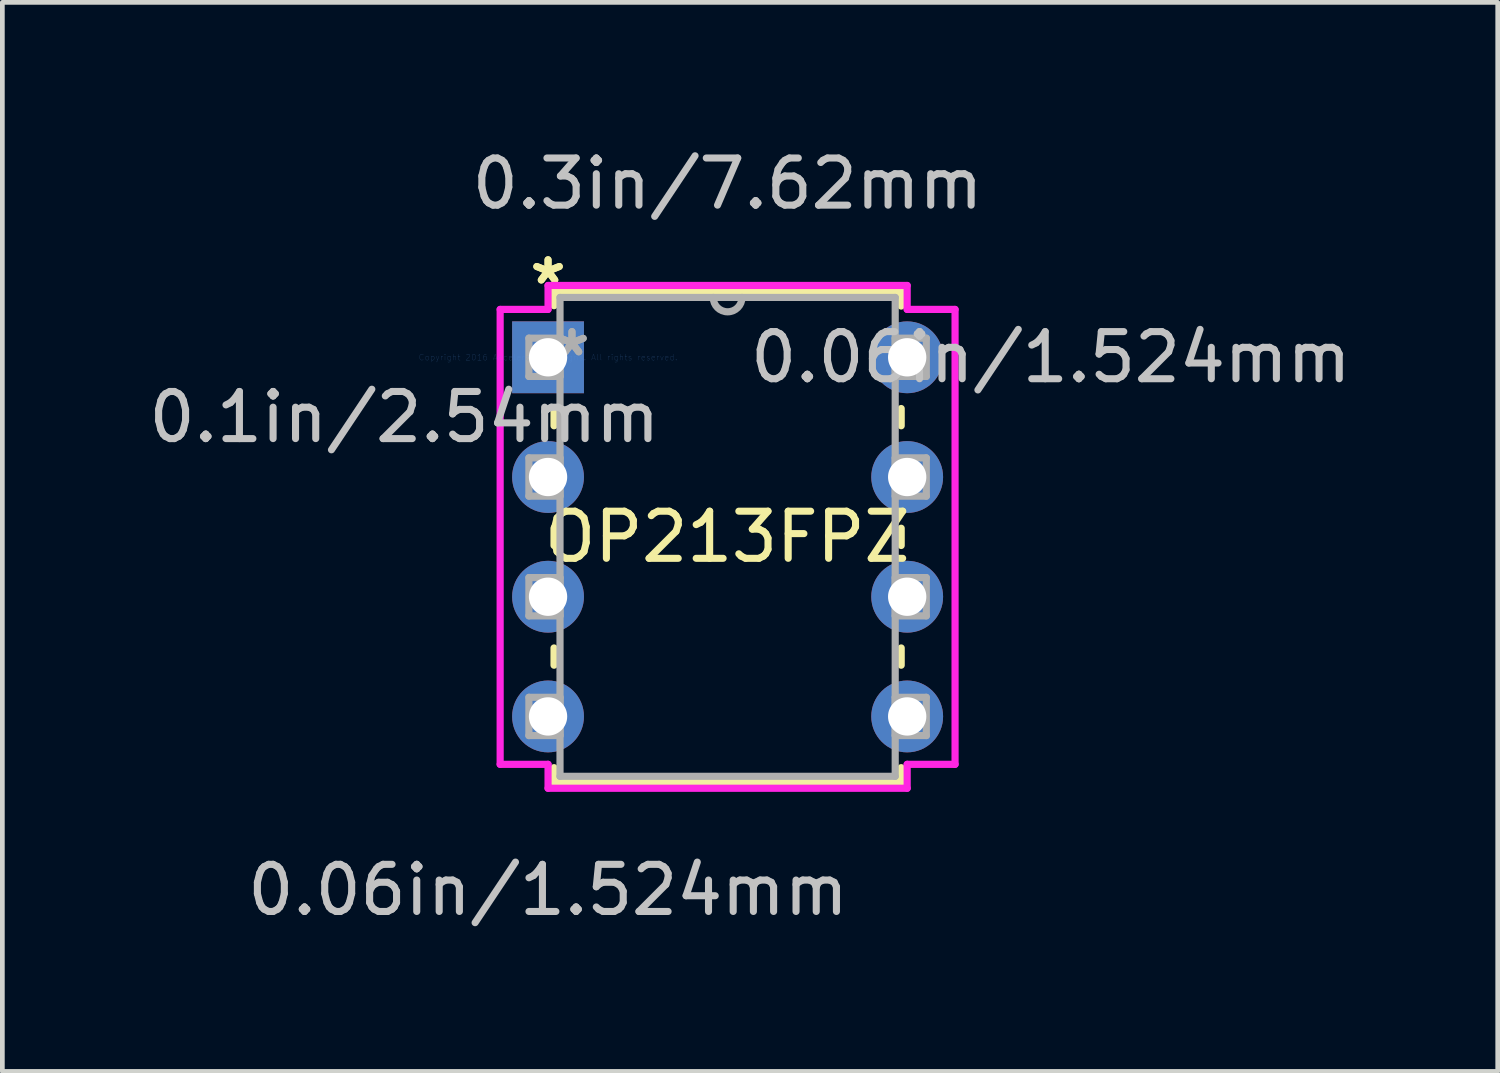
<source format=kicad_pcb>
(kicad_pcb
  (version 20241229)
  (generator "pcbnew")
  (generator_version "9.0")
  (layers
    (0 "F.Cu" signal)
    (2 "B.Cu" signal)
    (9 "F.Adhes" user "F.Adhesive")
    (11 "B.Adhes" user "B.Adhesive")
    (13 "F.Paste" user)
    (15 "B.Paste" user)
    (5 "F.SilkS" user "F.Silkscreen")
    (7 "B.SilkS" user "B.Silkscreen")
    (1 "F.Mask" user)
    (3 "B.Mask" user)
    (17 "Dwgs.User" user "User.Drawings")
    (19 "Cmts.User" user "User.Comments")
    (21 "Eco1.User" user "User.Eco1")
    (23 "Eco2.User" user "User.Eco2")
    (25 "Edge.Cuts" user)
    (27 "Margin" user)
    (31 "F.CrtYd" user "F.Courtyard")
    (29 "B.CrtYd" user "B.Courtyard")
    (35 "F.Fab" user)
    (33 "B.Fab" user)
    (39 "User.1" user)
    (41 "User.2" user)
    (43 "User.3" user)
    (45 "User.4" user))
  (footprint "OP213FPZ"
    (layer "F.Cu")
    (at 8.578 4.531)
    (property "Reference" "OP213FPZ" (at 3.81 3.81 0) (layer "F.SilkS") (effects (font (size 1 1) (thickness 0.15))))
    (attr through_hole)
    (fp_line (start 0.127 -1.397) (end 0.127 -1.095) (stroke (width 0.152) (type solid)) (layer "F.SilkS"))
    (fp_line (start 0.127 1.095) (end 0.127 1.453) (stroke (width 0.152) (type solid)) (layer "F.SilkS"))
    (fp_line (start 0.127 3.627) (end 0.127 3.993) (stroke (width 0.152) (type solid)) (layer "F.SilkS"))
    (fp_line (start 0.127 6.167) (end 0.127 6.533) (stroke (width 0.152) (type solid)) (layer "F.SilkS"))
    (fp_line (start 0.127 8.707) (end 0.127 9.017) (stroke (width 0.152) (type solid)) (layer "F.SilkS"))
    (fp_line (start 0.127 9.017) (end 7.493 9.017) (stroke (width 0.152) (type solid)) (layer "F.SilkS"))
    (fp_line (start 7.493 -1.397) (end 0.127 -1.397) (stroke (width 0.152) (type solid)) (layer "F.SilkS"))
    (fp_line (start 7.493 -1.087) (end 7.493 -1.397) (stroke (width 0.152) (type solid)) (layer "F.SilkS"))
    (fp_line (start 7.493 1.453) (end 7.493 1.087) (stroke (width 0.152) (type solid)) (layer "F.SilkS"))
    (fp_line (start 7.493 3.993) (end 7.493 3.627) (stroke (width 0.152) (type solid)) (layer "F.SilkS"))
    (fp_line (start 7.493 6.533) (end 7.493 6.167) (stroke (width 0.152) (type solid)) (layer "F.SilkS"))
    (fp_line (start 7.493 9.017) (end 7.493 8.707) (stroke (width 0.152) (type solid)) (layer "F.SilkS"))
    (fp_line (start -1.016 -1.016) (end -1.016 8.636) (stroke (width 0.152) (type solid)) (layer "F.CrtYd"))
    (fp_line (start -1.016 8.636) (end 0 8.636) (stroke (width 0.152) (type solid)) (layer "F.CrtYd"))
    (fp_line (start 0 -1.524) (end 0 -1.016) (stroke (width 0.152) (type solid)) (layer "F.CrtYd"))
    (fp_line (start 0 -1.016) (end -1.016 -1.016) (stroke (width 0.152) (type solid)) (layer "F.CrtYd"))
    (fp_line (start 0 8.636) (end 0 9.144) (stroke (width 0.152) (type solid)) (layer "F.CrtYd"))
    (fp_line (start 0 9.144) (end 7.62 9.144) (stroke (width 0.152) (type solid)) (layer "F.CrtYd"))
    (fp_line (start 7.62 -1.524) (end 0 -1.524) (stroke (width 0.152) (type solid)) (layer "F.CrtYd"))
    (fp_line (start 7.62 -1.016) (end 7.62 -1.524) (stroke (width 0.152) (type solid)) (layer "F.CrtYd"))
    (fp_line (start 7.62 8.636) (end 8.636 8.636) (stroke (width 0.152) (type solid)) (layer "F.CrtYd"))
    (fp_line (start 7.62 9.144) (end 7.62 8.636) (stroke (width 0.152) (type solid)) (layer "F.CrtYd"))
    (fp_line (start 8.636 -1.016) (end 7.62 -1.016) (stroke (width 0.152) (type solid)) (layer "F.CrtYd"))
    (fp_line (start 8.636 8.636) (end 8.636 -1.016) (stroke (width 0.152) (type solid)) (layer "F.CrtYd"))
    (fp_line (start -0.406 -0.406) (end -0.406 0.406) (stroke (width 0.152) (type solid)) (layer "F.Fab"))
    (fp_line (start -0.406 0.406) (end 0.254 0.406) (stroke (width 0.152) (type solid)) (layer "F.Fab"))
    (fp_line (start -0.406 2.134) (end -0.406 2.946) (stroke (width 0.152) (type solid)) (layer "F.Fab"))
    (fp_line (start -0.406 2.946) (end 0.254 2.946) (stroke (width 0.152) (type solid)) (layer "F.Fab"))
    (fp_line (start -0.406 4.674) (end -0.406 5.486) (stroke (width 0.152) (type solid)) (layer "F.Fab"))
    (fp_line (start -0.406 5.486) (end 0.254 5.486) (stroke (width 0.152) (type solid)) (layer "F.Fab"))
    (fp_line (start -0.406 7.214) (end -0.406 8.026) (stroke (width 0.152) (type solid)) (layer "F.Fab"))
    (fp_line (start -0.406 8.026) (end 0.254 8.026) (stroke (width 0.152) (type solid)) (layer "F.Fab"))
    (fp_line (start 0.254 -1.27) (end 0.254 8.89) (stroke (width 0.152) (type solid)) (layer "F.Fab"))
    (fp_line (start 0.254 -0.406) (end -0.406 -0.406) (stroke (width 0.152) (type solid)) (layer "F.Fab"))
    (fp_line (start 0.254 0.406) (end 0.254 -0.406) (stroke (width 0.152) (type solid)) (layer "F.Fab"))
    (fp_line (start 0.254 2.134) (end -0.406 2.134) (stroke (width 0.152) (type solid)) (layer "F.Fab"))
    (fp_line (start 0.254 2.946) (end 0.254 2.134) (stroke (width 0.152) (type solid)) (layer "F.Fab"))
    (fp_line (start 0.254 4.674) (end -0.406 4.674) (stroke (width 0.152) (type solid)) (layer "F.Fab"))
    (fp_line (start 0.254 5.486) (end 0.254 4.674) (stroke (width 0.152) (type solid)) (layer "F.Fab"))
    (fp_line (start 0.254 7.214) (end -0.406 7.214) (stroke (width 0.152) (type solid)) (layer "F.Fab"))
    (fp_line (start 0.254 8.026) (end 0.254 7.214) (stroke (width 0.152) (type solid)) (layer "F.Fab"))
    (fp_line (start 0.254 8.89) (end 7.366 8.89) (stroke (width 0.152) (type solid)) (layer "F.Fab"))
    (fp_line (start 7.366 -1.27) (end 0.254 -1.27) (stroke (width 0.152) (type solid)) (layer "F.Fab"))
    (fp_line (start 7.366 -0.406) (end 7.366 0.406) (stroke (width 0.152) (type solid)) (layer "F.Fab"))
    (fp_line (start 7.366 0.406) (end 8.026 0.406) (stroke (width 0.152) (type solid)) (layer "F.Fab"))
    (fp_line (start 7.366 2.134) (end 7.366 2.946) (stroke (width 0.152) (type solid)) (layer "F.Fab"))
    (fp_line (start 7.366 2.946) (end 8.026 2.946) (stroke (width 0.152) (type solid)) (layer "F.Fab"))
    (fp_line (start 7.366 4.674) (end 7.366 5.486) (stroke (width 0.152) (type solid)) (layer "F.Fab"))
    (fp_line (start 7.366 5.486) (end 8.026 5.486) (stroke (width 0.152) (type solid)) (layer "F.Fab"))
    (fp_line (start 7.366 7.214) (end 7.366 8.026) (stroke (width 0.152) (type solid)) (layer "F.Fab"))
    (fp_line (start 7.366 8.026) (end 8.026 8.026) (stroke (width 0.152) (type solid)) (layer "F.Fab"))
    (fp_line (start 7.366 8.89) (end 7.366 -1.27) (stroke (width 0.152) (type solid)) (layer "F.Fab"))
    (fp_line (start 8.026 -0.406) (end 7.366 -0.406) (stroke (width 0.152) (type solid)) (layer "F.Fab"))
    (fp_line (start 8.026 0.406) (end 8.026 -0.406) (stroke (width 0.152) (type solid)) (layer "F.Fab"))
    (fp_line (start 8.026 2.134) (end 7.366 2.134) (stroke (width 0.152) (type solid)) (layer "F.Fab"))
    (fp_line (start 8.026 2.946) (end 8.026 2.134) (stroke (width 0.152) (type solid)) (layer "F.Fab"))
    (fp_line (start 8.026 4.674) (end 7.366 4.674) (stroke (width 0.152) (type solid)) (layer "F.Fab"))
    (fp_line (start 8.026 5.486) (end 8.026 4.674) (stroke (width 0.152) (type solid)) (layer "F.Fab"))
    (fp_line (start 8.026 7.214) (end 7.366 7.214) (stroke (width 0.152) (type solid)) (layer "F.Fab"))
    (fp_line (start 8.026 8.026) (end 8.026 7.214) (stroke (width 0.152) (type solid)) (layer "F.Fab"))
    (fp_arc (start 4.1148 -1.27) (mid 3.81 -0.9652) (end 3.5052 -1.27) (stroke (width 0.1524) (type solid)) (layer "F.Fab"))
    (fp_text user "*" (at 0 -1.524 0) (layer "F.SilkS") (effects (font (size 1 1) (thickness 0.15))))
    (fp_text user "*" (at 0 -1.524 0) (layer "F.SilkS") (effects (font (size 1 1) (thickness 0.15))))
    (fp_text user "0.1in/2.54mm" (at -3.048 1.27 0) (layer "Dwgs.User") (effects (font (size 1 1) (thickness 0.15))))
    (fp_text user "0.3in/7.62mm" (at 3.81 -3.683 0) (layer "Dwgs.User") (effects (font (size 1 1) (thickness 0.15))))
    (fp_text user "0.06in/1.524mm" (at 10.668 0 0) (layer "Dwgs.User") (effects (font (size 1 1) (thickness 0.15))))
    (fp_text user "0.06in/1.524mm" (at 0 11.303 0) (layer "Dwgs.User") (effects (font (size 1 1) (thickness 0.15))))
    (fp_text user "Copyright 2016 Accelerated Designs. All rights reserved." (at 0 0 0) (layer "Cmts.User") (effects (font (size 0.127 0.127) (thickness 0.002))))
    (fp_text user "*" (at 0.508 0 0) (layer "F.Fab") (effects (font (size 1 1) (thickness 0.15))))
    (fp_text user "*" (at 0.508 0 0) (layer "F.Fab") (effects (font (size 1 1) (thickness 0.15))))
    (pad "1" thru_hole rect (at 0 0) (size 1.524 1.524) (drill 0.813) (layers "*.Cu" "*.Mask"))
    (pad "2" thru_hole circle (at 0 2.54) (size 1.524 1.524) (drill 0.813) (layers "*.Cu" "*.Mask"))
    (pad "3" thru_hole circle (at 0 5.08) (size 1.524 1.524) (drill 0.813) (layers "*.Cu" "*.Mask"))
    (pad "4" thru_hole circle (at 0 7.62) (size 1.524 1.524) (drill 0.813) (layers "*.Cu" "*.Mask"))
    (pad "5" thru_hole circle (at 7.62 7.62) (size 1.524 1.524) (drill 0.813) (layers "*.Cu" "*.Mask"))
    (pad "6" thru_hole circle (at 7.62 5.08) (size 1.524 1.524) (drill 0.813) (layers "*.Cu" "*.Mask"))
    (pad "7" thru_hole circle (at 7.62 2.54) (size 1.524 1.524) (drill 0.813) (layers "*.Cu" "*.Mask"))
    (pad "8" thru_hole circle (at 7.62 0) (size 1.524 1.524) (drill 0.813) (layers "*.Cu" "*.Mask")))
  (gr_rect
    (start -3 -3)
    (end 28.728 19.683)
    (stroke (width 0.1) (type default))
    (fill no)
    (layer "Edge.Cuts")))
</source>
